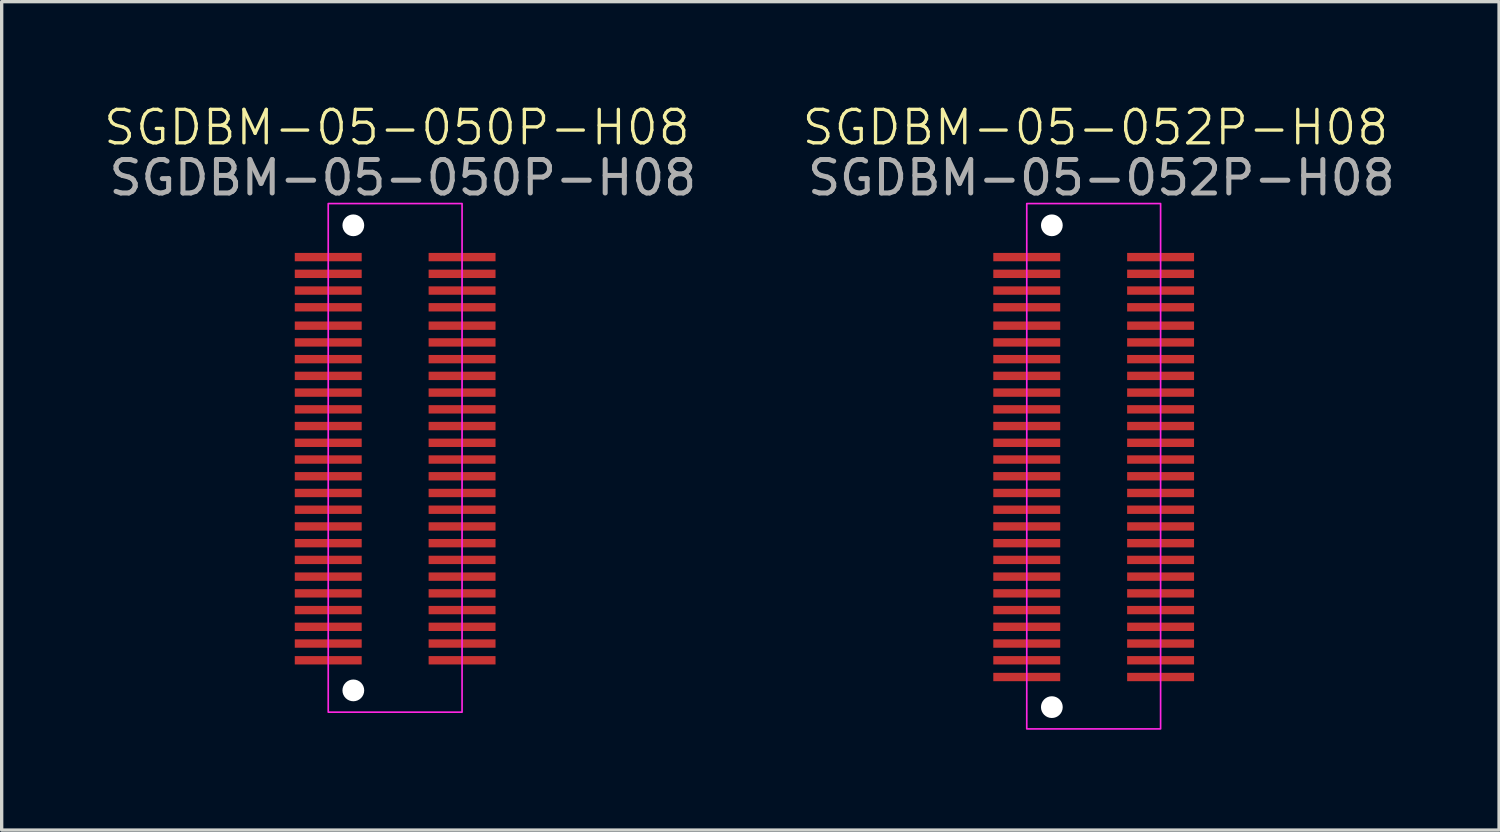
<source format=kicad_pcb>
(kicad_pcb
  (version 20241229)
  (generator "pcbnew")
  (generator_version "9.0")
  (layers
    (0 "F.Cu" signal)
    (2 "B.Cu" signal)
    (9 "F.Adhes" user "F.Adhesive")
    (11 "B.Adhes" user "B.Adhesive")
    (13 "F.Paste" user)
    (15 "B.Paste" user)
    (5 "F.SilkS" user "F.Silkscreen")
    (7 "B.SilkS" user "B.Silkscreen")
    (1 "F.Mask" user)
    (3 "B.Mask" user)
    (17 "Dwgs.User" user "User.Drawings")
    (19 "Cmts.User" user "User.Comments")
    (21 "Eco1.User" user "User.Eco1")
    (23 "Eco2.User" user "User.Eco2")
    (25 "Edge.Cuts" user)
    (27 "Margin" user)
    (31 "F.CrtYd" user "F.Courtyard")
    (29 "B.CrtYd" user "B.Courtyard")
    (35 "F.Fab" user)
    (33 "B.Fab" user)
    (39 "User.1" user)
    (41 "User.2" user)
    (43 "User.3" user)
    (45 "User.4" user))
  (footprint "SGDBM-05-050P-H08"
    (layer "F.Cu")
    (at 6.76 4.634)
    (property "Reference" "SGDBM-05-050P-H08" (at 2.052 -3.873 0) (unlocked yes) (layer "F.SilkS") (effects (font (size 1 1) (thickness 0.1))))
    (attr smd)
    (fp_rect (start 0 -1.6) (end 4 13.6) (stroke (width 0.05) (type default)) (fill no) (layer "F.CrtYd"))
    (fp_text user "${REFERENCE}" (at 2.23 -2.372 0) (unlocked yes) (layer "F.Fab") (effects (font (size 1 1) (thickness 0.15))))
    (pad "" np_thru_hole circle (at 0.75 -0.95) (size 0.65 0.65) (drill 0.65) (layers "*.Cu" "*.Mask"))
    (pad "" np_thru_hole circle (at 0.75 12.95) (size 0.65 0.65) (drill 0.65) (layers "*.Cu" "*.Mask"))
    (pad "1" smd rect (at 0 0 90) (size 0.25 2) (layers "F.Cu" "F.Mask" "F.Paste"))
    (pad "2" smd rect (at 4 0 90) (size 0.25 2) (layers "F.Cu" "F.Mask" "F.Paste"))
    (pad "3" smd rect (at 0 0.5 90) (size 0.25 2) (layers "F.Cu" "F.Mask" "F.Paste"))
    (pad "4" smd rect (at 4 0.5 90) (size 0.25 2) (layers "F.Cu" "F.Mask" "F.Paste"))
    (pad "5" smd rect (at 0 1 90) (size 0.25 2) (layers "F.Cu" "F.Mask" "F.Paste"))
    (pad "6" smd rect (at 4 1 90) (size 0.25 2) (layers "F.Cu" "F.Mask" "F.Paste"))
    (pad "7" smd rect (at 0 1.5 90) (size 0.25 2) (layers "F.Cu" "F.Mask" "F.Paste"))
    (pad "8" smd rect (at 4 1.5 90) (size 0.25 2) (layers "F.Cu" "F.Mask" "F.Paste"))
    (pad "9" smd rect (at 0 2.05 90) (size 0.25 2) (layers "F.Cu" "F.Mask" "F.Paste"))
    (pad "10" smd rect (at 4 2.05 90) (size 0.25 2) (layers "F.Cu" "F.Mask" "F.Paste"))
    (pad "11" smd rect (at 0 2.55 90) (size 0.25 2) (layers "F.Cu" "F.Mask" "F.Paste"))
    (pad "12" smd rect (at 4 2.55 90) (size 0.25 2) (layers "F.Cu" "F.Mask" "F.Paste"))
    (pad "13" smd rect (at 0 3.05 90) (size 0.25 2) (layers "F.Cu" "F.Mask" "F.Paste"))
    (pad "14" smd rect (at 4 3.05 90) (size 0.25 2) (layers "F.Cu" "F.Mask" "F.Paste"))
    (pad "15" smd rect (at 0 3.55 90) (size 0.25 2) (layers "F.Cu" "F.Mask" "F.Paste"))
    (pad "16" smd rect (at 4 3.55 90) (size 0.25 2) (layers "F.Cu" "F.Mask" "F.Paste"))
    (pad "17" smd rect (at 0 4.05 90) (size 0.25 2) (layers "F.Cu" "F.Mask" "F.Paste"))
    (pad "18" smd rect (at 4 4.05 90) (size 0.25 2) (layers "F.Cu" "F.Mask" "F.Paste"))
    (pad "19" smd rect (at 0 4.55 90) (size 0.25 2) (layers "F.Cu" "F.Mask" "F.Paste"))
    (pad "20" smd rect (at 4 4.55 90) (size 0.25 2) (layers "F.Cu" "F.Mask" "F.Paste"))
    (pad "21" smd rect (at 0 5.05 90) (size 0.25 2) (layers "F.Cu" "F.Mask" "F.Paste"))
    (pad "22" smd rect (at 4 5.05 90) (size 0.25 2) (layers "F.Cu" "F.Mask" "F.Paste"))
    (pad "23" smd rect (at 0 5.55 90) (size 0.25 2) (layers "F.Cu" "F.Mask" "F.Paste"))
    (pad "24" smd rect (at 4 5.55 90) (size 0.25 2) (layers "F.Cu" "F.Mask" "F.Paste"))
    (pad "25" smd rect (at 0 6.05 90) (size 0.25 2) (layers "F.Cu" "F.Mask" "F.Paste"))
    (pad "26" smd rect (at 4 6.05 90) (size 0.25 2) (layers "F.Cu" "F.Mask" "F.Paste"))
    (pad "27" smd rect (at 0 6.55 90) (size 0.25 2) (layers "F.Cu" "F.Mask" "F.Paste"))
    (pad "28" smd rect (at 4 6.55 90) (size 0.25 2) (layers "F.Cu" "F.Mask" "F.Paste"))
    (pad "29" smd rect (at 0 7.05 90) (size 0.25 2) (layers "F.Cu" "F.Mask" "F.Paste"))
    (pad "30" smd rect (at 4 7.05 90) (size 0.25 2) (layers "F.Cu" "F.Mask" "F.Paste"))
    (pad "31" smd rect (at 0 7.55 90) (size 0.25 2) (layers "F.Cu" "F.Mask" "F.Paste"))
    (pad "32" smd rect (at 4 7.55 90) (size 0.25 2) (layers "F.Cu" "F.Mask" "F.Paste"))
    (pad "33" smd rect (at 0 8.05 90) (size 0.25 2) (layers "F.Cu" "F.Mask" "F.Paste"))
    (pad "34" smd rect (at 4 8.05 90) (size 0.25 2) (layers "F.Cu" "F.Mask" "F.Paste"))
    (pad "35" smd rect (at 0 8.55 90) (size 0.25 2) (layers "F.Cu" "F.Mask" "F.Paste"))
    (pad "36" smd rect (at 4 8.55 90) (size 0.25 2) (layers "F.Cu" "F.Mask" "F.Paste"))
    (pad "37" smd rect (at 0 9.05 90) (size 0.25 2) (layers "F.Cu" "F.Mask" "F.Paste"))
    (pad "38" smd rect (at 4 9.05 90) (size 0.25 2) (layers "F.Cu" "F.Mask" "F.Paste"))
    (pad "39" smd rect (at 0 9.55 90) (size 0.25 2) (layers "F.Cu" "F.Mask" "F.Paste"))
    (pad "40" smd rect (at 4 9.55 90) (size 0.25 2) (layers "F.Cu" "F.Mask" "F.Paste"))
    (pad "41" smd rect (at 0 10.05 90) (size 0.25 2) (layers "F.Cu" "F.Mask" "F.Paste"))
    (pad "42" smd rect (at 4 10.05 90) (size 0.25 2) (layers "F.Cu" "F.Mask" "F.Paste"))
    (pad "43" smd rect (at 0 10.55 90) (size 0.25 2) (layers "F.Cu" "F.Mask" "F.Paste"))
    (pad "44" smd rect (at 4 10.55 90) (size 0.25 2) (layers "F.Cu" "F.Mask" "F.Paste"))
    (pad "45" smd rect (at 0 11.05 90) (size 0.25 2) (layers "F.Cu" "F.Mask" "F.Paste"))
    (pad "46" smd rect (at 4 11.05 90) (size 0.25 2) (layers "F.Cu" "F.Mask" "F.Paste"))
    (pad "47" smd rect (at 0 11.55 90) (size 0.25 2) (layers "F.Cu" "F.Mask" "F.Paste"))
    (pad "48" smd rect (at 4 11.55 90) (size 0.25 2) (layers "F.Cu" "F.Mask" "F.Paste"))
    (pad "49" smd rect (at 0 12.05 90) (size 0.25 2) (layers "F.Cu" "F.Mask" "F.Paste"))
    (pad "50" smd rect (at 4 12.05 90) (size 0.25 2) (layers "F.Cu" "F.Mask" "F.Paste")))
  (footprint "SGDBM-05-052P-H08"
    (layer "F.Cu")
    (at 27.637 3.034)
    (property "Reference" "SGDBM-05-052P-H08" (at 2.052 -2.273 0) (unlocked yes) (layer "F.SilkS") (effects (font (size 1 1) (thickness 0.1))))
    (attr smd)
    (fp_rect (start 0 0) (end 4 15.7) (stroke (width 0.05) (type default)) (fill no) (layer "F.CrtYd"))
    (fp_text user "${REFERENCE}" (at 2.23 -0.772 0) (unlocked yes) (layer "F.Fab") (effects (font (size 1 1) (thickness 0.15))))
    (pad "" np_thru_hole circle (at 0.75 0.65) (size 0.65 0.65) (drill 0.65) (layers "*.Cu" "*.Mask"))
    (pad "" np_thru_hole circle (at 0.75 15.05) (size 0.65 0.65) (drill 0.65) (layers "*.Cu" "*.Mask"))
    (pad "1" smd rect (at 0 1.6 90) (size 0.25 2) (layers "F.Cu" "F.Mask" "F.Paste"))
    (pad "2" smd rect (at 4 1.6 90) (size 0.25 2) (layers "F.Cu" "F.Mask" "F.Paste"))
    (pad "3" smd rect (at 0 2.1 90) (size 0.25 2) (layers "F.Cu" "F.Mask" "F.Paste"))
    (pad "4" smd rect (at 4 2.1 90) (size 0.25 2) (layers "F.Cu" "F.Mask" "F.Paste"))
    (pad "5" smd rect (at 0 2.6 90) (size 0.25 2) (layers "F.Cu" "F.Mask" "F.Paste"))
    (pad "6" smd rect (at 4 2.6 90) (size 0.25 2) (layers "F.Cu" "F.Mask" "F.Paste"))
    (pad "7" smd rect (at 0 3.1 90) (size 0.25 2) (layers "F.Cu" "F.Mask" "F.Paste"))
    (pad "8" smd rect (at 4 3.1 90) (size 0.25 2) (layers "F.Cu" "F.Mask" "F.Paste"))
    (pad "9" smd rect (at 0 3.65 90) (size 0.25 2) (layers "F.Cu" "F.Mask" "F.Paste"))
    (pad "10" smd rect (at 4 3.65 90) (size 0.25 2) (layers "F.Cu" "F.Mask" "F.Paste"))
    (pad "11" smd rect (at 0 4.15 90) (size 0.25 2) (layers "F.Cu" "F.Mask" "F.Paste"))
    (pad "12" smd rect (at 4 4.15 90) (size 0.25 2) (layers "F.Cu" "F.Mask" "F.Paste"))
    (pad "13" smd rect (at 0 4.65 90) (size 0.25 2) (layers "F.Cu" "F.Mask" "F.Paste"))
    (pad "14" smd rect (at 4 4.65 90) (size 0.25 2) (layers "F.Cu" "F.Mask" "F.Paste"))
    (pad "15" smd rect (at 0 5.15 90) (size 0.25 2) (layers "F.Cu" "F.Mask" "F.Paste"))
    (pad "16" smd rect (at 4 5.15 90) (size 0.25 2) (layers "F.Cu" "F.Mask" "F.Paste"))
    (pad "17" smd rect (at 0 5.65 90) (size 0.25 2) (layers "F.Cu" "F.Mask" "F.Paste"))
    (pad "18" smd rect (at 4 5.65 90) (size 0.25 2) (layers "F.Cu" "F.Mask" "F.Paste"))
    (pad "19" smd rect (at 0 6.15 90) (size 0.25 2) (layers "F.Cu" "F.Mask" "F.Paste"))
    (pad "20" smd rect (at 4 6.15 90) (size 0.25 2) (layers "F.Cu" "F.Mask" "F.Paste"))
    (pad "21" smd rect (at 0 6.65 90) (size 0.25 2) (layers "F.Cu" "F.Mask" "F.Paste"))
    (pad "22" smd rect (at 4 6.65 90) (size 0.25 2) (layers "F.Cu" "F.Mask" "F.Paste"))
    (pad "23" smd rect (at 0 7.15 90) (size 0.25 2) (layers "F.Cu" "F.Mask" "F.Paste"))
    (pad "24" smd rect (at 4 7.15 90) (size 0.25 2) (layers "F.Cu" "F.Mask" "F.Paste"))
    (pad "25" smd rect (at 0 7.65 90) (size 0.25 2) (layers "F.Cu" "F.Mask" "F.Paste"))
    (pad "26" smd rect (at 4 7.65 90) (size 0.25 2) (layers "F.Cu" "F.Mask" "F.Paste"))
    (pad "27" smd rect (at 0 8.15 90) (size 0.25 2) (layers "F.Cu" "F.Mask" "F.Paste"))
    (pad "28" smd rect (at 4 8.15 90) (size 0.25 2) (layers "F.Cu" "F.Mask" "F.Paste"))
    (pad "29" smd rect (at 0 8.65 90) (size 0.25 2) (layers "F.Cu" "F.Mask" "F.Paste"))
    (pad "30" smd rect (at 4 8.65 90) (size 0.25 2) (layers "F.Cu" "F.Mask" "F.Paste"))
    (pad "31" smd rect (at 0 9.15 90) (size 0.25 2) (layers "F.Cu" "F.Mask" "F.Paste"))
    (pad "32" smd rect (at 4 9.15 90) (size 0.25 2) (layers "F.Cu" "F.Mask" "F.Paste"))
    (pad "33" smd rect (at 0 9.65 90) (size 0.25 2) (layers "F.Cu" "F.Mask" "F.Paste"))
    (pad "34" smd rect (at 4 9.65 90) (size 0.25 2) (layers "F.Cu" "F.Mask" "F.Paste"))
    (pad "35" smd rect (at 0 10.15 90) (size 0.25 2) (layers "F.Cu" "F.Mask" "F.Paste"))
    (pad "36" smd rect (at 4 10.15 90) (size 0.25 2) (layers "F.Cu" "F.Mask" "F.Paste"))
    (pad "37" smd rect (at 0 10.65 90) (size 0.25 2) (layers "F.Cu" "F.Mask" "F.Paste"))
    (pad "38" smd rect (at 4 10.65 90) (size 0.25 2) (layers "F.Cu" "F.Mask" "F.Paste"))
    (pad "39" smd rect (at 0 11.15 90) (size 0.25 2) (layers "F.Cu" "F.Mask" "F.Paste"))
    (pad "40" smd rect (at 4 11.15 90) (size 0.25 2) (layers "F.Cu" "F.Mask" "F.Paste"))
    (pad "41" smd rect (at 0 11.65 90) (size 0.25 2) (layers "F.Cu" "F.Mask" "F.Paste"))
    (pad "42" smd rect (at 4 11.65 90) (size 0.25 2) (layers "F.Cu" "F.Mask" "F.Paste"))
    (pad "43" smd rect (at 0 12.15 90) (size 0.25 2) (layers "F.Cu" "F.Mask" "F.Paste"))
    (pad "44" smd rect (at 4 12.15 90) (size 0.25 2) (layers "F.Cu" "F.Mask" "F.Paste"))
    (pad "45" smd rect (at 0 12.65 90) (size 0.25 2) (layers "F.Cu" "F.Mask" "F.Paste"))
    (pad "46" smd rect (at 4 12.65 90) (size 0.25 2) (layers "F.Cu" "F.Mask" "F.Paste"))
    (pad "47" smd rect (at 0 13.15 90) (size 0.25 2) (layers "F.Cu" "F.Mask" "F.Paste"))
    (pad "48" smd rect (at 4 13.15 90) (size 0.25 2) (layers "F.Cu" "F.Mask" "F.Paste"))
    (pad "49" smd rect (at 0 13.65 90) (size 0.25 2) (layers "F.Cu" "F.Mask" "F.Paste"))
    (pad "50" smd rect (at 4 13.65 90) (size 0.25 2) (layers "F.Cu" "F.Mask" "F.Paste"))
    (pad "51" smd rect (at 0 14.15 90) (size 0.25 2) (layers "F.Cu" "F.Mask" "F.Paste"))
    (pad "52" smd rect (at 4 14.15 90) (size 0.25 2) (layers "F.Cu" "F.Mask" "F.Paste")))
  (gr_rect
    (start -3 -3)
    (end 41.753 21.759)
    (stroke (width 0.1) (type default))
    (fill no)
    (layer "Edge.Cuts")))
</source>
